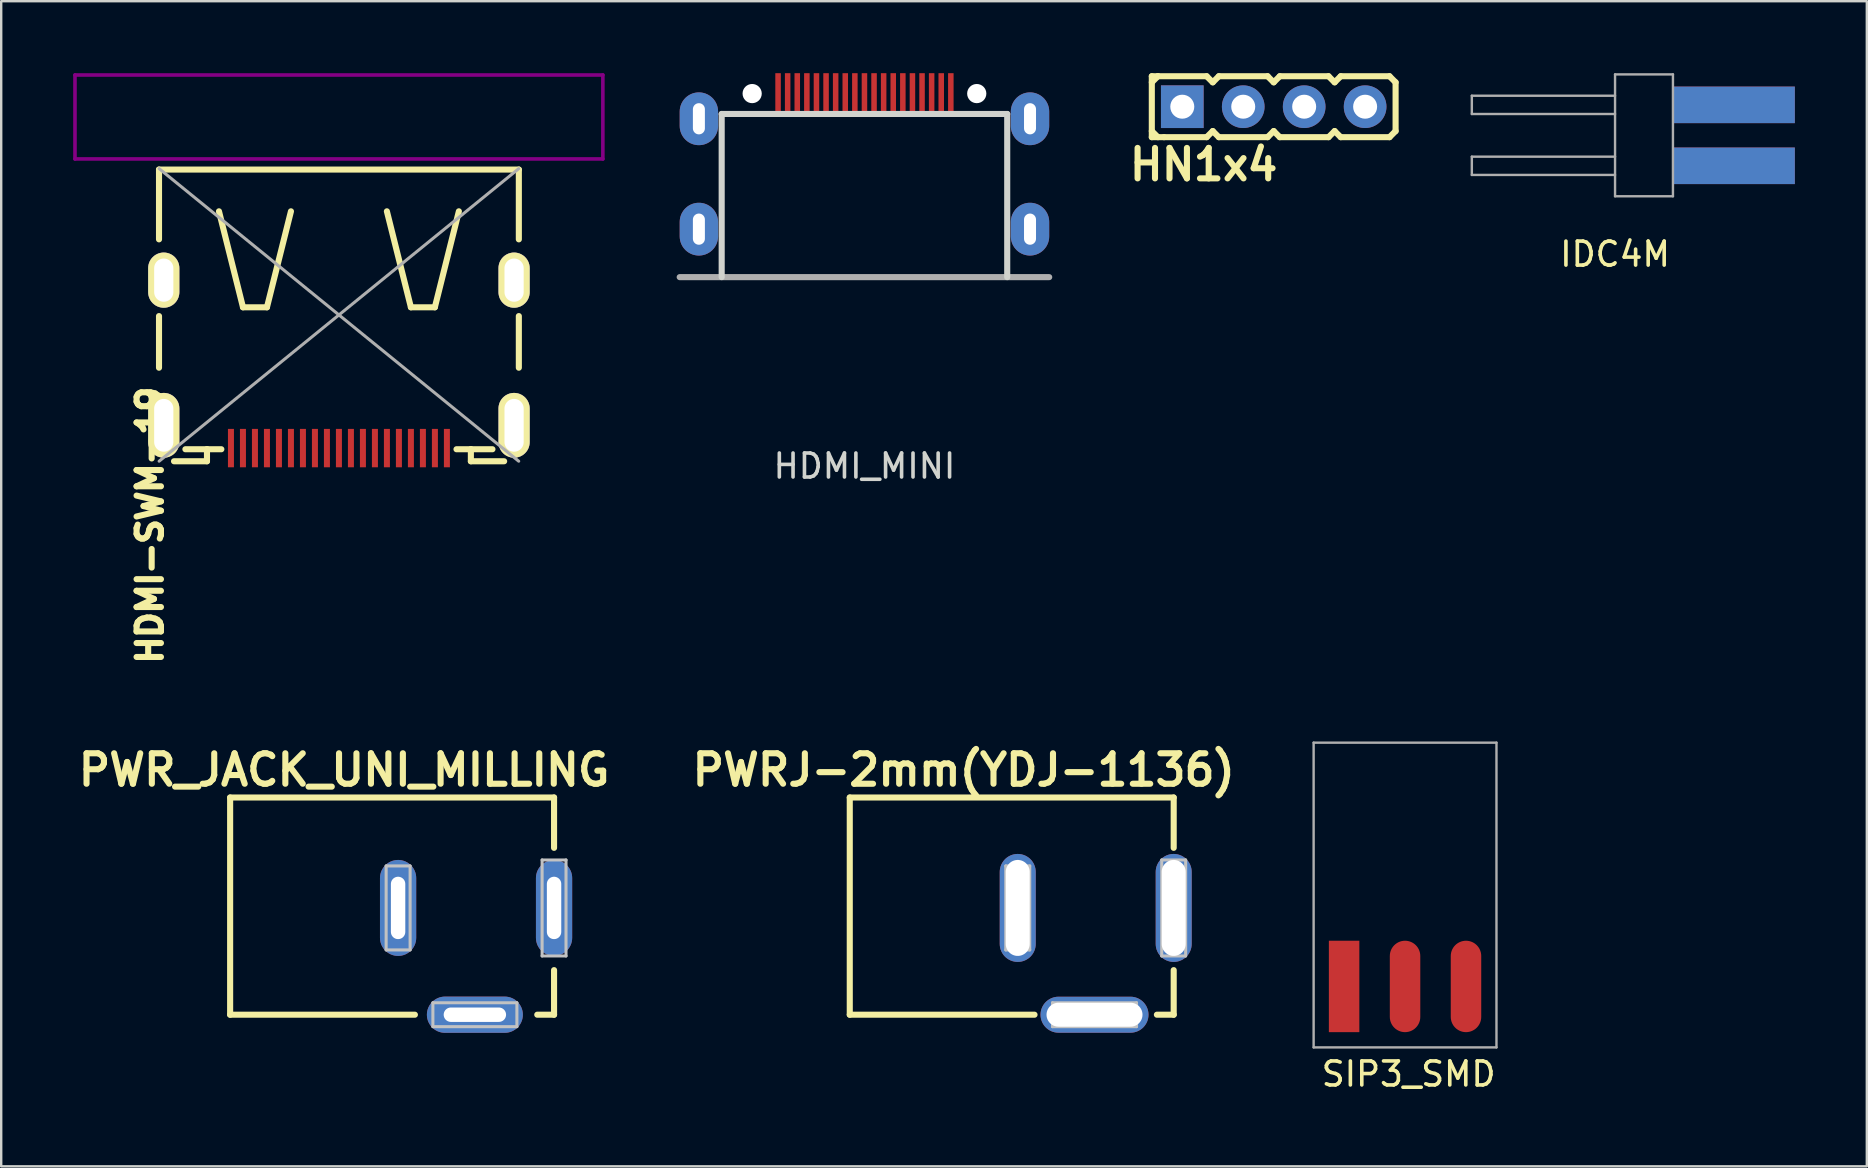
<source format=kicad_pcb>
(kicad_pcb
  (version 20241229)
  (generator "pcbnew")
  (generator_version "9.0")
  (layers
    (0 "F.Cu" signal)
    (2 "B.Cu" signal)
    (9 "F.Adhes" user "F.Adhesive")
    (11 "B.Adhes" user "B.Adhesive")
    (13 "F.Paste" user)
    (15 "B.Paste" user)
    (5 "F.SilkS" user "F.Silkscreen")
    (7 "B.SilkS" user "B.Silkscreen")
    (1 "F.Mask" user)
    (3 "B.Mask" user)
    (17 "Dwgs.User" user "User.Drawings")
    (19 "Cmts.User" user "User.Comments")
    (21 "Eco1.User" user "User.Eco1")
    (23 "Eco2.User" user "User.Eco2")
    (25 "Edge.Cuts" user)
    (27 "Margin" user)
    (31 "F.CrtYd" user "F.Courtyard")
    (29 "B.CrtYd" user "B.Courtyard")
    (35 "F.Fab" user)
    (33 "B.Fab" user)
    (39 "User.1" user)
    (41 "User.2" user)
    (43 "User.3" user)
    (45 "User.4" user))
  (footprint "PWRJ-2mm(YDJ-1136)"
    (layer "F.Cu")
    (at 45.865 39.539)
    (property "Reference" "PWRJ-2mm(YDJ-1136)" (at -8.75 -10.5 0) (layer "F.SilkS") (effects (font (size 1.27 1.27) (thickness 0.254))))
    (attr smd)
    (fp_line (start -13.5 -9.352) (end -13.5 -0.3) (stroke (width 0.254) (type solid)) (layer "F.SilkS"))
    (fp_line (start -13.5 -0.3) (end -5.8 -0.3) (stroke (width 0.254) (type solid)) (layer "F.SilkS"))
    (fp_line (start 0 -9.352) (end -13.5 -9.352) (stroke (width 0.254) (type solid)) (layer "F.SilkS"))
    (fp_line (start 0 -9.352) (end 0 -7.254) (stroke (width 0.254) (type solid)) (layer "F.SilkS"))
    (fp_line (start 0 -0.3) (end -0.7 -0.3) (stroke (width 0.254) (type solid)) (layer "F.SilkS"))
    (fp_line (start 0 -0.3) (end 0 -2.158) (stroke (width 0.254) (type solid)) (layer "F.SilkS"))
    (fp_line (start -6.998 -6.5) (end -6.998 -3) (stroke (width 0.127) (type solid)) (layer "Dwgs.User"))
    (fp_line (start -6.998 -3) (end -5.999 -3) (stroke (width 0.127) (type solid)) (layer "Dwgs.User"))
    (fp_line (start -5.999 -6.5) (end -6.998 -6.5) (stroke (width 0.127) (type solid)) (layer "Dwgs.User"))
    (fp_line (start -5.999 -3) (end -5.999 -6.5) (stroke (width 0.127) (type solid)) (layer "Dwgs.User"))
    (fp_line (start -5.05 -0.798) (end -5.05 0.198) (stroke (width 0.127) (type solid)) (layer "Dwgs.User"))
    (fp_line (start -5.05 0.198) (end -1.549 0.198) (stroke (width 0.127) (type solid)) (layer "Dwgs.User"))
    (fp_line (start -1.549 -0.798) (end -5.05 -0.798) (stroke (width 0.127) (type solid)) (layer "Dwgs.User"))
    (fp_line (start -1.549 0.198) (end -1.549 -0.798) (stroke (width 0.127) (type solid)) (layer "Dwgs.User"))
    (fp_line (start -0.498 -6.749) (end -0.498 -2.748) (stroke (width 0.127) (type solid)) (layer "Dwgs.User"))
    (fp_line (start -0.498 -2.748) (end 0.498 -2.748) (stroke (width 0.127) (type solid)) (layer "Dwgs.User"))
    (fp_line (start 0.498 -6.749) (end -0.498 -6.749) (stroke (width 0.127) (type solid)) (layer "Dwgs.User"))
    (fp_line (start 0.498 -2.748) (end 0.498 -6.749) (stroke (width 0.127) (type solid)) (layer "Dwgs.User"))
    (pad "+" thru_hole oval (at 0 -4.75) (size 1.5 4.5) (drill oval 1 4) (layers "*.Cu" "*.Mask"))
    (pad "-" thru_hole oval (at -6.5 -4.75) (size 1.5 4.5) (drill oval 1 4) (layers "*.Cu" "*.Mask"))
    (pad "-" thru_hole oval (at -3.3 -0.3) (size 4.5 1.5) (drill oval 4 1) (layers "*.Cu" "*.Mask")))
  (footprint "SIP3_SMD"
    (layer "F.Cu")
    (at 55.507 38.061)
    (property "Reference" "SIP3_SMD" (at 0.15 3.65 0) (layer "F.SilkS") (effects (font (size 1 1) (thickness 0.15))))
    (attr smd)
    (fp_line (start -3.81 -10.16) (end 3.81 -10.16) (stroke (width 0.1) (type solid)) (layer "F.Fab"))
    (fp_line (start -3.81 2.54) (end -3.81 -10.16) (stroke (width 0.1) (type solid)) (layer "F.Fab"))
    (fp_line (start 3.81 -10.16) (end 3.81 2.54) (stroke (width 0.1) (type solid)) (layer "F.Fab"))
    (fp_line (start 3.81 2.54) (end -3.81 2.54) (stroke (width 0.1) (type solid)) (layer "F.Fab"))
    (pad "1" smd rect (at -2.54 0) (size 1.27 3.81) (layers "F.Cu" "F.Mask"))
    (pad "2" smd oval (at 0 0) (size 1.27 3.81) (layers "F.Cu" "F.Mask"))
    (pad "3" smd oval (at 2.54 0) (size 1.27 3.81) (layers "F.Cu" "F.Mask")))
  (footprint "HDMI-SWM-19"
    (layer "F.Cu")
    (at 11.075 10.075)
    (property "Reference" "HDMI-SWM-19" (at -7.874 8.763 90) (layer "F.SilkS") (effects (font (size 1.016 1.016) (thickness 0.254))))
    (attr smd)
    (fp_line (start -7.498 -6.058) (end 7.498 -6.058) (stroke (width 0.254) (type solid)) (layer "F.SilkS"))
    (fp_line (start -7.498 -3.15) (end -7.498 -6.058) (stroke (width 0.254) (type solid)) (layer "F.SilkS"))
    (fp_line (start -7.498 2.2) (end -7.498 0.048) (stroke (width 0.254) (type solid)) (layer "F.SilkS"))
    (fp_line (start -6.873 6.099) (end -5.499 6.099) (stroke (width 0.254) (type solid)) (layer "F.SilkS"))
    (fp_line (start -5.499 5.598) (end -6.398 5.598) (stroke (width 0.254) (type solid)) (layer "F.SilkS"))
    (fp_line (start -5.499 6.099) (end -5.499 5.598) (stroke (width 0.254) (type solid)) (layer "F.SilkS"))
    (fp_line (start -4.9 5.598) (end -5.499 5.598) (stroke (width 0.254) (type solid)) (layer "F.SilkS"))
    (fp_line (start -3.998 -0.318) (end -4.999 -4.318) (stroke (width 0.254) (type solid)) (layer "F.SilkS"))
    (fp_line (start -3 -0.318) (end -3.998 -0.318) (stroke (width 0.254) (type solid)) (layer "F.SilkS"))
    (fp_line (start -1.999 -4.318) (end -3 -0.318) (stroke (width 0.254) (type solid)) (layer "F.SilkS"))
    (fp_line (start 1.999 -4.318) (end 3 -0.318) (stroke (width 0.254) (type solid)) (layer "F.SilkS"))
    (fp_line (start 3 -0.318) (end 3.998 -0.318) (stroke (width 0.254) (type solid)) (layer "F.SilkS"))
    (fp_line (start 3.998 -0.318) (end 4.999 -4.318) (stroke (width 0.254) (type solid)) (layer "F.SilkS"))
    (fp_line (start 5.499 5.598) (end 4.9 5.598) (stroke (width 0.254) (type solid)) (layer "F.SilkS"))
    (fp_line (start 5.499 5.598) (end 5.499 6.099) (stroke (width 0.254) (type solid)) (layer "F.SilkS"))
    (fp_line (start 5.499 6.099) (end 6.886 6.099) (stroke (width 0.254) (type solid)) (layer "F.SilkS"))
    (fp_line (start 6.398 5.598) (end 5.499 5.598) (stroke (width 0.254) (type solid)) (layer "F.SilkS"))
    (fp_line (start 7.498 -6.058) (end 7.498 -3.15) (stroke (width 0.254) (type solid)) (layer "F.SilkS"))
    (fp_line (start 7.498 0.048) (end 7.498 2.2) (stroke (width 0.254) (type solid)) (layer "F.SilkS"))
    (fp_line (start -11 -10) (end -11 -6.5) (stroke (width 0.15) (type solid)) (layer "F.Adhes"))
    (fp_line (start 11 -10) (end -11 -10) (stroke (width 0.15) (type solid)) (layer "F.Adhes"))
    (fp_line (start 11 -6.5) (end -11 -6.5) (stroke (width 0.15) (type solid)) (layer "F.Adhes"))
    (fp_line (start 11 -6.5) (end 11 -10) (stroke (width 0.15) (type solid)) (layer "F.Adhes"))
    (fp_line (start -7.493 -6.096) (end 7.493 6.096) (stroke (width 0.127) (type solid)) (layer "F.Fab"))
    (fp_line (start 7.493 -6.096) (end -7.493 6.096) (stroke (width 0.127) (type solid)) (layer "F.Fab"))
    (pad "0" thru_hole oval (at -7.3 -1.45) (size 1.3 2.3) (drill oval 0.8 1.8) (layers "*.Cu" "*.Mask" "F.SilkS"))
    (pad "0" thru_hole oval (at -7.3 4.6) (size 1.3 2.7) (drill oval 0.8 2.2) (layers "*.Cu" "*.Mask" "F.SilkS"))
    (pad "0" thru_hole oval (at 7.3 -1.45) (size 1.3 2.3) (drill oval 0.8 1.8) (layers "*.Cu" "*.Mask" "F.SilkS"))
    (pad "0" thru_hole oval (at 7.3 4.6) (size 1.3 2.7) (drill oval 0.8 2.2) (layers "*.Cu" "*.Mask" "F.SilkS"))
    (pad "1" smd rect (at -4.5 5.55 90) (size 1.6 0.25) (layers "F.Cu" "F.Mask" "F.Paste"))
    (pad "2" smd rect (at -4 5.55 90) (size 1.6 0.25) (layers "F.Cu" "F.Mask" "F.Paste"))
    (pad "3" smd rect (at -3.5 5.55 90) (size 1.6 0.25) (layers "F.Cu" "F.Mask" "F.Paste"))
    (pad "4" smd rect (at -3 5.55 90) (size 1.6 0.25) (layers "F.Cu" "F.Mask" "F.Paste"))
    (pad "5" smd rect (at -2.5 5.55 90) (size 1.6 0.25) (layers "F.Cu" "F.Mask" "F.Paste"))
    (pad "6" smd rect (at -2 5.55 90) (size 1.6 0.25) (layers "F.Cu" "F.Mask" "F.Paste"))
    (pad "7" smd rect (at -1.5 5.55 90) (size 1.6 0.25) (layers "F.Cu" "F.Mask" "F.Paste"))
    (pad "8" smd rect (at -1 5.55 90) (size 1.6 0.25) (layers "F.Cu" "F.Mask" "F.Paste"))
    (pad "9" smd rect (at -0.5 5.55 90) (size 1.6 0.25) (layers "F.Cu" "F.Mask" "F.Paste"))
    (pad "10" smd rect (at 0 5.55 90) (size 1.6 0.25) (layers "F.Cu" "F.Mask" "F.Paste"))
    (pad "11" smd rect (at 0.5 5.55 90) (size 1.6 0.25) (layers "F.Cu" "F.Mask" "F.Paste"))
    (pad "12" smd rect (at 1 5.55 90) (size 1.6 0.25) (layers "F.Cu" "F.Mask" "F.Paste"))
    (pad "13" smd rect (at 1.5 5.55 90) (size 1.6 0.25) (layers "F.Cu" "F.Mask" "F.Paste"))
    (pad "14" smd rect (at 2 5.55 90) (size 1.6 0.25) (layers "F.Cu" "F.Mask" "F.Paste"))
    (pad "15" smd rect (at 2.5 5.55 90) (size 1.6 0.25) (layers "F.Cu" "F.Mask" "F.Paste"))
    (pad "16" smd rect (at 3 5.55 90) (size 1.6 0.25) (layers "F.Cu" "F.Mask" "F.Paste"))
    (pad "17" smd rect (at 3.5 5.55 90) (size 1.6 0.25) (layers "F.Cu" "F.Mask" "F.Paste"))
    (pad "18" smd rect (at 4 5.55 90) (size 1.6 0.25) (layers "F.Cu" "F.Mask" "F.Paste"))
    (pad "19" smd rect (at 4.5 5.55 90) (size 1.6 0.25) (layers "F.Cu" "F.Mask" "F.Paste")))
  (footprint "HDMI_MINI"
    (layer "F.Cu")
    (at 32.977 8.5)
    (property "Reference" "HDMI_MINI" (at 0 7.874 0) (layer "Edge.Cuts") (effects (font (size 1 1) (thickness 0.15))))
    (attr through_hole)
    (fp_line (start -5.95 -6.8) (end 5.95 -6.8) (stroke (width 0.254) (type solid)) (layer "Edge.Cuts"))
    (fp_line (start -5.95 0) (end -5.95 -6.8) (stroke (width 0.254) (type solid)) (layer "Edge.Cuts"))
    (fp_line (start 5.95 -6.8) (end 5.95 0) (stroke (width 0.254) (type solid)) (layer "Edge.Cuts"))
    (fp_line (start -7.7 0) (end 7.7 0) (stroke (width 0.254) (type solid)) (layer "F.Fab"))
    (pad "" np_thru_hole circle (at -4.68 -7.65) (size 0.8 0.8) (drill 0.8) (layers "*.Cu" "*.Mask"))
    (pad "" np_thru_hole circle (at 4.68 -7.65) (size 0.8 0.8) (drill 0.8) (layers "*.Cu" "*.Mask"))
    (pad "0" thru_hole oval (at -6.9 -6.6) (size 1.6 2.2) (drill oval 0.5 1.3) (layers "*.Cu" "*.Mask"))
    (pad "0" thru_hole oval (at -6.9 -2) (size 1.6 2.2) (drill oval 0.5 1.3) (layers "*.Cu" "*.Mask"))
    (pad "0" thru_hole oval (at 6.9 -6.6) (size 1.6 2.2) (drill oval 0.5 1.3) (layers "*.Cu" "*.Mask"))
    (pad "0" thru_hole oval (at 6.9 -2) (size 1.6 2.2) (drill oval 0.5 1.3) (layers "*.Cu" "*.Mask"))
    (pad "1" smd rect (at 3.6 -7.7) (size 0.23 1.6) (layers "F.Cu" "F.Mask" "F.Paste"))
    (pad "2" smd rect (at 3.2 -7.7) (size 0.23 1.6) (layers "F.Cu" "F.Mask" "F.Paste"))
    (pad "3" smd rect (at 2.8 -7.7) (size 0.23 1.6) (layers "F.Cu" "F.Mask" "F.Paste"))
    (pad "4" smd rect (at 2.4 -7.7) (size 0.23 1.6) (layers "F.Cu" "F.Mask" "F.Paste"))
    (pad "5" smd rect (at 2 -7.7) (size 0.23 1.6) (layers "F.Cu" "F.Mask" "F.Paste"))
    (pad "6" smd rect (at 1.6 -7.7) (size 0.23 1.6) (layers "F.Cu" "F.Mask" "F.Paste"))
    (pad "7" smd rect (at 1.2 -7.7) (size 0.23 1.6) (layers "F.Cu" "F.Mask" "F.Paste"))
    (pad "8" smd rect (at 0.8 -7.7) (size 0.23 1.6) (layers "F.Cu" "F.Mask" "F.Paste"))
    (pad "9" smd rect (at 0.4 -7.7) (size 0.23 1.6) (layers "F.Cu" "F.Mask" "F.Paste"))
    (pad "10" smd rect (at 0 -7.7) (size 0.23 1.6) (layers "F.Cu" "F.Mask" "F.Paste"))
    (pad "11" smd rect (at -0.4 -7.7) (size 0.23 1.6) (layers "F.Cu" "F.Mask" "F.Paste"))
    (pad "12" smd rect (at -0.8 -7.7) (size 0.23 1.6) (layers "F.Cu" "F.Mask" "F.Paste"))
    (pad "13" smd rect (at -1.2 -7.7) (size 0.23 1.6) (layers "F.Cu" "F.Mask" "F.Paste"))
    (pad "14" smd rect (at -1.6 -7.7) (size 0.23 1.6) (layers "F.Cu" "F.Mask" "F.Paste"))
    (pad "15" smd rect (at -2 -7.7) (size 0.23 1.6) (layers "F.Cu" "F.Mask" "F.Paste"))
    (pad "16" smd rect (at -2.4 -7.7) (size 0.23 1.6) (layers "F.Cu" "F.Mask" "F.Paste"))
    (pad "17" smd rect (at -2.8 -7.7) (size 0.23 1.6) (layers "F.Cu" "F.Mask" "F.Paste"))
    (pad "18" smd rect (at -3.2 -7.7) (size 0.23 1.6) (layers "F.Cu" "F.Mask" "F.Paste"))
    (pad "19" smd rect (at -3.6 -7.7) (size 0.23 1.6) (layers "F.Cu" "F.Mask" "F.Paste")))
  (footprint "HN1x4"
    (layer "F.Cu")
    (at 50.033 1.397)
    (property "Reference" "HN1x4" (at -2.921 2.413 0) (layer "F.SilkS") (effects (font (size 1.27 1.27) (thickness 0.254))))
    (attr smd)
    (fp_line (start -5.08 -1.27) (end -5.08 1.27) (stroke (width 0.254) (type solid)) (layer "F.SilkS"))
    (fp_line (start -5.08 -1.27) (end -4.826 -1.27) (stroke (width 0.254) (type solid)) (layer "F.SilkS"))
    (fp_line (start -5.08 -1.016) (end -4.826 -1.27) (stroke (width 0.254) (type solid)) (layer "F.SilkS"))
    (fp_line (start -4.826 -1.27) (end -2.794 -1.27) (stroke (width 0.254) (type solid)) (layer "F.SilkS"))
    (fp_line (start -4.826 1.27) (end -5.08 1.016) (stroke (width 0.254) (type solid)) (layer "F.SilkS"))
    (fp_line (start -4.572 1.27) (end -5.08 1.27) (stroke (width 0.254) (type solid)) (layer "F.SilkS"))
    (fp_line (start -2.794 -1.27) (end -2.54 -1.016) (stroke (width 0.254) (type solid)) (layer "F.SilkS"))
    (fp_line (start -2.794 1.27) (end -4.572 1.27) (stroke (width 0.254) (type solid)) (layer "F.SilkS"))
    (fp_line (start -2.54 -1.016) (end -2.286 -1.27) (stroke (width 0.254) (type solid)) (layer "F.SilkS"))
    (fp_line (start -2.54 1.016) (end -2.794 1.27) (stroke (width 0.254) (type solid)) (layer "F.SilkS"))
    (fp_line (start -2.286 -1.27) (end -0.254 -1.27) (stroke (width 0.254) (type solid)) (layer "F.SilkS"))
    (fp_line (start -2.286 1.27) (end -2.54 1.016) (stroke (width 0.254) (type solid)) (layer "F.SilkS"))
    (fp_line (start -0.254 -1.27) (end 0 -1.016) (stroke (width 0.254) (type solid)) (layer "F.SilkS"))
    (fp_line (start -0.254 1.27) (end -2.286 1.27) (stroke (width 0.254) (type solid)) (layer "F.SilkS"))
    (fp_line (start -0.254 1.27) (end 0 1.016) (stroke (width 0.254) (type solid)) (layer "F.SilkS"))
    (fp_line (start 0 -1.016) (end 0.254 -1.27) (stroke (width 0.254) (type solid)) (layer "F.SilkS"))
    (fp_line (start 0 1.016) (end 0.254 1.27) (stroke (width 0.254) (type solid)) (layer "F.SilkS"))
    (fp_line (start 0.254 -1.27) (end 2.286 -1.27) (stroke (width 0.254) (type solid)) (layer "F.SilkS"))
    (fp_line (start 2.286 -1.27) (end 2.54 -1.016) (stroke (width 0.254) (type solid)) (layer "F.SilkS"))
    (fp_line (start 2.286 1.27) (end 0.254 1.27) (stroke (width 0.254) (type solid)) (layer "F.SilkS"))
    (fp_line (start 2.54 -1.016) (end 2.794 -1.27) (stroke (width 0.254) (type solid)) (layer "F.SilkS"))
    (fp_line (start 2.54 1.016) (end 2.286 1.27) (stroke (width 0.254) (type solid)) (layer "F.SilkS"))
    (fp_line (start 2.794 -1.27) (end 4.826 -1.27) (stroke (width 0.254) (type solid)) (layer "F.SilkS"))
    (fp_line (start 2.794 1.27) (end 2.54 1.016) (stroke (width 0.254) (type solid)) (layer "F.SilkS"))
    (fp_line (start 4.826 -1.27) (end 5.08 -1.016) (stroke (width 0.254) (type solid)) (layer "F.SilkS"))
    (fp_line (start 4.826 1.27) (end 2.794 1.27) (stroke (width 0.254) (type solid)) (layer "F.SilkS"))
    (fp_line (start 5.08 -1.016) (end 5.08 1.016) (stroke (width 0.254) (type solid)) (layer "F.SilkS"))
    (fp_line (start 5.08 1.016) (end 4.826 1.27) (stroke (width 0.254) (type solid)) (layer "F.SilkS"))
    (pad "1" thru_hole rect (at -3.81 0) (size 1.778 1.778) (drill 1) (layers "*.Cu" "*.Mask"))
    (pad "2" thru_hole circle (at -1.27 0) (size 1.778 1.778) (drill 1) (layers "*.Cu" "*.Mask"))
    (pad "3" thru_hole circle (at 1.27 0) (size 1.778 1.778) (drill 1) (layers "*.Cu" "*.Mask"))
    (pad "4" thru_hole circle (at 3.81 0) (size 1.778 1.778) (drill 1) (layers "*.Cu" "*.Mask")))
  (footprint "PWR_JACK_UNI_MILLING"
    (layer "F.Cu")
    (at 20.041 39.539)
    (property "Reference" "PWR_JACK_UNI_MILLING" (at -8.75 -10.5 0) (layer "F.SilkS") (effects (font (size 1.27 1.27) (thickness 0.254))))
    (attr smd)
    (fp_line (start -13.5 -9.352) (end -13.5 -0.3) (stroke (width 0.254) (type solid)) (layer "F.SilkS"))
    (fp_line (start -13.5 -0.3) (end -5.8 -0.3) (stroke (width 0.254) (type solid)) (layer "F.SilkS"))
    (fp_line (start 0 -9.352) (end -13.5 -9.352) (stroke (width 0.254) (type solid)) (layer "F.SilkS"))
    (fp_line (start 0 -9.352) (end 0 -7.254) (stroke (width 0.254) (type solid)) (layer "F.SilkS"))
    (fp_line (start 0 -0.3) (end -0.7 -0.3) (stroke (width 0.254) (type solid)) (layer "F.SilkS"))
    (fp_line (start 0 -0.3) (end 0 -2.158) (stroke (width 0.254) (type solid)) (layer "F.SilkS"))
    (fp_line (start -6.998 -6.5) (end -6.998 -3) (stroke (width 0.127) (type solid)) (layer "Dwgs.User"))
    (fp_line (start -6.998 -3) (end -5.999 -3) (stroke (width 0.127) (type solid)) (layer "Dwgs.User"))
    (fp_line (start -5.999 -6.5) (end -6.998 -6.5) (stroke (width 0.127) (type solid)) (layer "Dwgs.User"))
    (fp_line (start -5.999 -3) (end -5.999 -6.5) (stroke (width 0.127) (type solid)) (layer "Dwgs.User"))
    (fp_line (start -5.05 -0.798) (end -5.05 0.198) (stroke (width 0.127) (type solid)) (layer "Dwgs.User"))
    (fp_line (start -5.05 0.198) (end -1.549 0.198) (stroke (width 0.127) (type solid)) (layer "Dwgs.User"))
    (fp_line (start -1.549 -0.798) (end -5.05 -0.798) (stroke (width 0.127) (type solid)) (layer "Dwgs.User"))
    (fp_line (start -1.549 0.198) (end -1.549 -0.798) (stroke (width 0.127) (type solid)) (layer "Dwgs.User"))
    (fp_line (start -0.498 -6.749) (end -0.498 -2.748) (stroke (width 0.127) (type solid)) (layer "Dwgs.User"))
    (fp_line (start -0.498 -2.748) (end 0.498 -2.748) (stroke (width 0.127) (type solid)) (layer "Dwgs.User"))
    (fp_line (start 0.498 -6.749) (end -0.498 -6.749) (stroke (width 0.127) (type solid)) (layer "Dwgs.User"))
    (fp_line (start 0.498 -2.748) (end 0.498 -6.749) (stroke (width 0.127) (type solid)) (layer "Dwgs.User"))
    (pad "1" thru_hole oval (at 0 -4.75) (size 1.51 4) (drill oval 0.6 2.6) (layers "*.Cu" "*.Mask"))
    (pad "2" thru_hole oval (at -6.5 -4.75) (size 1.51 4) (drill oval 0.6 2.6) (layers "*.Cu" "*.Mask"))
    (pad "3" thru_hole oval (at -3.3 -0.3) (size 4 1.51) (drill oval 2.6 0.6) (layers "*.Cu" "*.Mask")))
  (footprint "IDC4M"
    (layer "F.Cu")
    (at 64.132 2.59)
    (property "Reference" "IDC4M" (at 0.127 4.953 0) (layer "F.SilkS") (effects (font (size 1 1) (thickness 0.15))))
    (attr smd)
    (fp_line (start -5.842 -1.651) (end -5.842 -0.889) (stroke (width 0.1) (type solid)) (layer "F.Fab"))
    (fp_line (start -5.842 -0.889) (end 0.127 -0.889) (stroke (width 0.1) (type solid)) (layer "F.Fab"))
    (fp_line (start -5.842 0.889) (end -5.842 1.651) (stroke (width 0.1) (type solid)) (layer "F.Fab"))
    (fp_line (start -5.842 1.651) (end 0.127 1.651) (stroke (width 0.1) (type solid)) (layer "F.Fab"))
    (fp_line (start 0.127 -2.54) (end 0.127 2.54) (stroke (width 0.1) (type solid)) (layer "F.Fab"))
    (fp_line (start 0.127 -1.651) (end -5.842 -1.651) (stroke (width 0.1) (type solid)) (layer "F.Fab"))
    (fp_line (start 0.127 0.889) (end -5.842 0.889) (stroke (width 0.1) (type solid)) (layer "F.Fab"))
    (fp_line (start 0.127 2.54) (end 2.54 2.54) (stroke (width 0.1) (type solid)) (layer "F.Fab"))
    (fp_line (start 2.54 -2.54) (end 0.127 -2.54) (stroke (width 0.1) (type solid)) (layer "F.Fab"))
    (fp_line (start 2.54 2.54) (end 2.54 -2.54) (stroke (width 0.1) (type solid)) (layer "F.Fab"))
    (pad "1" smd rect (at 5.08 -1.27) (size 5.08 1.524) (layers "B.Cu" "B.Mask"))
    (pad "2" smd rect (at 5.08 -1.27) (size 5.08 1.524) (layers "F.Cu" "F.Mask"))
    (pad "3" smd rect (at 5.08 1.27) (size 5.08 1.524) (layers "B.Cu" "B.Mask"))
    (pad "4" smd rect (at 5.08 1.27) (size 5.08 1.524) (layers "F.Cu" "F.Mask")))
  (gr_rect
    (start -3 -3)
    (end 74.752 45.559)
    (stroke (width 0.1) (type default))
    (fill no)
    (layer "Edge.Cuts")))
</source>
